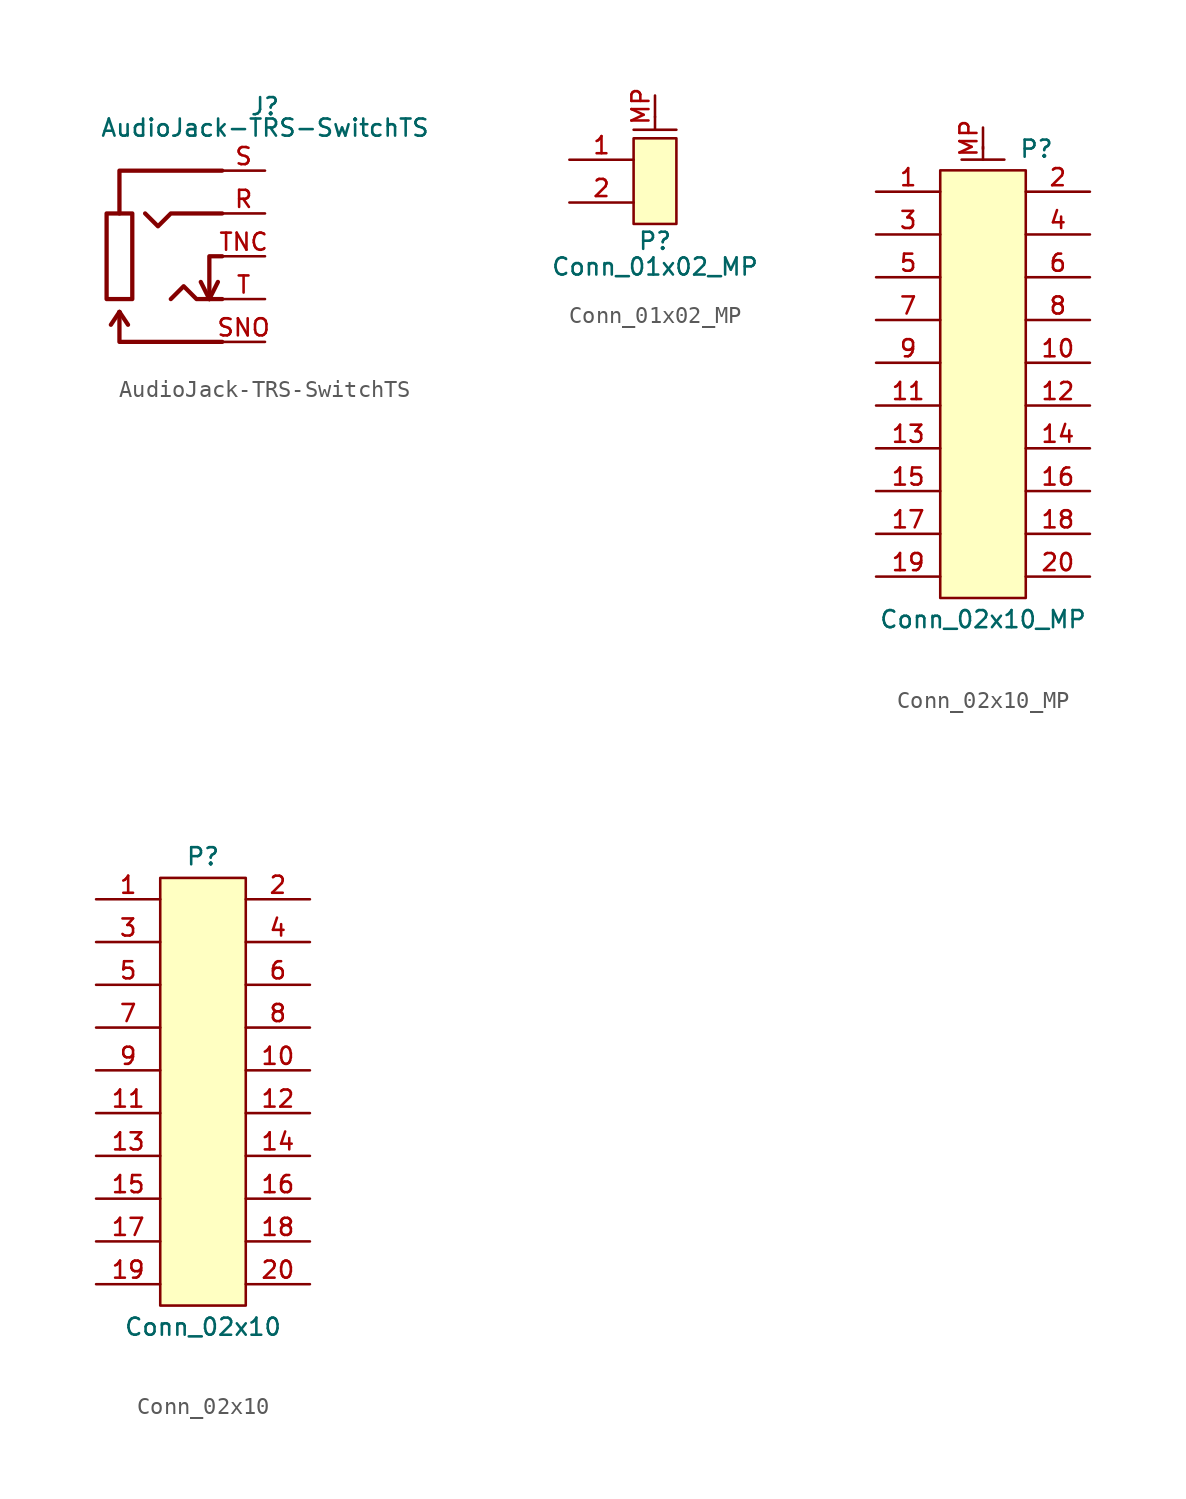
<source format=kicad_sym>
(kicad_symbol_lib
  (version 20211014)
  (generator kicad_symbol_editor)
  (symbol "AudioJack-TRS-SwitchTS"
    (property "Reference" "J"
      (at 0 3.81 0)
      (effects (font (size 1.016 1.016))))
    (property "Value" "AudioJack-TRS-SwitchTS"
      (at 0 2.54 0)
      (effects (font (size 1.016 1.016))))
    (symbol "AudioJack-TRS-SwitchTS_0_1"
      (rectangle (start -9.398 -2.54) (end -7.874 -7.62) (stroke (width 0.254) (type default) (color 0 0 0 0)) (fill (type none)))
      (polyline (pts (xy -8.636 -8.382) (xy -9.144 -9.144)) (stroke (width 0.254) (type default) (color 0 0 0 0)) (fill (type none)))
      (polyline (pts (xy -8.636 -8.382) (xy -8.128 -9.144)) (stroke (width 0.254) (type default) (color 0 0 0 0)) (fill (type none)))
      (polyline (pts (xy -3.302 -7.62) (xy -3.81 -6.604)) (stroke (width 0.254) (type default) (color 0 0 0 0)) (fill (type none)))
      (polyline (pts (xy -3.302 -7.62) (xy -2.794 -6.604)) (stroke (width 0.254) (type default) (color 0 0 0 0)) (fill (type none)))
      (polyline (pts (xy -8.636 -8.382) (xy -8.636 -10.16) (xy -2.54 -10.16)) (stroke (width 0.254) (type default) (color 0 0 0 0)) (fill (type none)))
      (polyline (pts (xy -8.636 -2.54) (xy -8.636 0) (xy -2.54 0)) (stroke (width 0.254) (type default) (color 0 0 0 0)) (fill (type none)))
      (polyline (pts (xy -2.54 -5.08) (xy -3.302 -5.08) (xy -3.302 -7.62)) (stroke (width 0.254) (type default) (color 0 0 0 0)) (fill (type none)))
      (polyline (pts (xy -7.112 -2.54) (xy -6.35 -3.302) (xy -5.588 -2.54) (xy -2.54 -2.54)) (stroke (width 0.254) (type default) (color 0 0 0 0)) (fill (type none)))
      (polyline (pts (xy -2.54 -7.62) (xy -4.064 -7.62) (xy -4.826 -6.858) (xy -5.588 -7.62)) (stroke (width 0.254) (type default) (color 0 0 0 0)) (fill (type none))))
    (symbol "AudioJack-TRS-SwitchTS_1_1"
      (pin passive line (at 0 -2.54 180) (length 2.54) (name "~" (effects (font (size 1.016 1.016)))) (number "R" (effects (font (size 1.016 1.016)))))
      (pin passive line (at 0 0 180) (length 2.54) (name "~" (effects (font (size 1.016 1.016)))) (number "S" (effects (font (size 1.016 1.016)))))
      (pin passive line (at 0 -10.16 180) (length 2.54) (name "~" (effects (font (size 1.016 1.016)))) (number "SNO" (effects (font (size 1.016 1.016)))))
      (pin passive line (at 0 -7.62 180) (length 2.54) (name "~" (effects (font (size 1.016 1.016)))) (number "T" (effects (font (size 1.016 1.016)))))
      (pin passive line (at 0 -5.08 180) (length 2.54) (name "~" (effects (font (size 1.016 1.016)))) (number "TNC" (effects (font (size 1.016 1.016)))))))
  (symbol "Conn_01x02_MP"
    (pin_names hide)
    (property "Reference" "P"
      (at 0 -3.556 0)
      (effects (font (size 1.016 1.016))))
    (property "Value" "Conn_01x02_MP"
      (at 0 -5.08 0)
      (effects (font (size 1.016 1.016))))
    (symbol "Conn_01x02_MP_0_1"
      (polyline (pts (xy -1.27 3.048) (xy 1.27 3.048)) (stroke (width 0) (type default) (color 0 0 0 0)) (fill (type none)))
      (polyline (pts (xy 0 3.048) (xy 0 3.81)) (stroke (width 0) (type default) (color 0 0 0 0)) (fill (type none))))
    (symbol "Conn_01x02_MP_1_1"
      (rectangle (start -1.27 2.54) (end 1.27 -2.54) (stroke (width 0) (type default) (color 0 0 0 0)) (fill (type background)))
      (pin passive line (at -5.08 1.27 0) (length 3.81) (name "Pin_1" (effects (font (size 1.016 1.016)))) (number "1" (effects (font (size 1.016 1.016)))))
      (pin passive line (at -5.08 -1.27 0) (length 3.81) (name "Pin_2" (effects (font (size 1.016 1.016)))) (number "2" (effects (font (size 1.016 1.016)))))
      (pin passive line (at 0 5.08 270) (length 1.27) (name "Mounting" (effects (font (size 1.016 1.016)))) (number "MP" (effects (font (size 1.016 1.016)))))))
  (symbol "Conn_02x10_MP"
    (pin_names hide)
    (property "Reference" "P"
      (at 3.175 13.97 0)
      (effects (font (size 1.016 1.016))))
    (property "Value" "Conn_02x10_MP"
      (at 0 -13.97 0)
      (effects (font (size 1.016 1.016))))
    (symbol "Conn_02x10_MP_0_1"
      (polyline (pts (xy -1.27 13.335) (xy 1.27 13.335)) (stroke (width 0) (type default) (color 0 0 0 0)) (fill (type none)))
      (polyline (pts (xy 0 13.335) (xy 0 14.097)) (stroke (width 0) (type default) (color 0 0 0 0)) (fill (type none))))
    (symbol "Conn_02x10_MP_1_1"
      (rectangle (start -2.54 12.7) (end 2.54 -12.7) (stroke (width 0) (type default) (color 0 0 0 0)) (fill (type background)))
      (pin passive line (at -6.35 11.43 0) (length 3.81) (name "Pin_1" (effects (font (size 1.016 1.016)))) (number "1" (effects (font (size 1.016 1.016)))))
      (pin passive line (at 6.35 1.27 180) (length 3.81) (name "Pin_10" (effects (font (size 1.016 1.016)))) (number "10" (effects (font (size 1.016 1.016)))))
      (pin passive line (at -6.35 -1.27 0) (length 3.81) (name "Pin_11" (effects (font (size 1.016 1.016)))) (number "11" (effects (font (size 1.016 1.016)))))
      (pin passive line (at 6.35 -1.27 180) (length 3.81) (name "Pin_12" (effects (font (size 1.016 1.016)))) (number "12" (effects (font (size 1.016 1.016)))))
      (pin passive line (at -6.35 -3.81 0) (length 3.81) (name "Pin_13" (effects (font (size 1.016 1.016)))) (number "13" (effects (font (size 1.016 1.016)))))
      (pin passive line (at 6.35 -3.81 180) (length 3.81) (name "Pin_14" (effects (font (size 1.016 1.016)))) (number "14" (effects (font (size 1.016 1.016)))))
      (pin passive line (at -6.35 -6.35 0) (length 3.81) (name "Pin_15" (effects (font (size 1.016 1.016)))) (number "15" (effects (font (size 1.016 1.016)))))
      (pin passive line (at 6.35 -6.35 180) (length 3.81) (name "Pin_16" (effects (font (size 1.016 1.016)))) (number "16" (effects (font (size 1.016 1.016)))))
      (pin passive line (at -6.35 -8.89 0) (length 3.81) (name "Pin_17" (effects (font (size 1.016 1.016)))) (number "17" (effects (font (size 1.016 1.016)))))
      (pin passive line (at 6.35 -8.89 180) (length 3.81) (name "Pin_18" (effects (font (size 1.016 1.016)))) (number "18" (effects (font (size 1.016 1.016)))))
      (pin passive line (at -6.35 -11.43 0) (length 3.81) (name "Pin_19" (effects (font (size 1.016 1.016)))) (number "19" (effects (font (size 1.016 1.016)))))
      (pin passive line (at 6.35 11.43 180) (length 3.81) (name "Pin_2" (effects (font (size 1.016 1.016)))) (number "2" (effects (font (size 1.016 1.016)))))
      (pin passive line (at 6.35 -11.43 180) (length 3.81) (name "Pin_20" (effects (font (size 1.016 1.016)))) (number "20" (effects (font (size 1.016 1.016)))))
      (pin passive line (at -6.35 8.89 0) (length 3.81) (name "Pin_3" (effects (font (size 1.016 1.016)))) (number "3" (effects (font (size 1.016 1.016)))))
      (pin passive line (at 6.35 8.89 180) (length 3.81) (name "Pin_4" (effects (font (size 1.016 1.016)))) (number "4" (effects (font (size 1.016 1.016)))))
      (pin passive line (at -6.35 6.35 0) (length 3.81) (name "Pin_5" (effects (font (size 1.016 1.016)))) (number "5" (effects (font (size 1.016 1.016)))))
      (pin passive line (at 6.35 6.35 180) (length 3.81) (name "Pin_6" (effects (font (size 1.016 1.016)))) (number "6" (effects (font (size 1.016 1.016)))))
      (pin passive line (at -6.35 3.81 0) (length 3.81) (name "Pin_7" (effects (font (size 1.016 1.016)))) (number "7" (effects (font (size 1.016 1.016)))))
      (pin passive line (at 6.35 3.81 180) (length 3.81) (name "Pin_8" (effects (font (size 1.016 1.016)))) (number "8" (effects (font (size 1.016 1.016)))))
      (pin passive line (at -6.35 1.27 0) (length 3.81) (name "Pin_9" (effects (font (size 1.016 1.016)))) (number "9" (effects (font (size 1.016 1.016)))))
      (pin passive line (at 0 15.24 270) (length 1.27) (name "Mounting" (effects (font (size 1.016 1.016)))) (number "MP" (effects (font (size 1.016 1.016)))))))
  (symbol "Conn_02x10"
    (pin_names hide)
    (property "Reference" "P"
      (at 0 13.97 0)
      (effects (font (size 1.016 1.016))))
    (property "Value" "Conn_02x10"
      (at 0 -13.97 0)
      (effects (font (size 1.016 1.016))))
    (symbol "Conn_02x10_1_1"
      (rectangle (start -2.54 12.7) (end 2.54 -12.7) (stroke (width 0) (type default) (color 0 0 0 0)) (fill (type background)))
      (pin passive line (at -6.35 11.43 0) (length 3.81) (name "Pin_1" (effects (font (size 1.016 1.016)))) (number "1" (effects (font (size 1.016 1.016)))))
      (pin passive line (at 6.35 1.27 180) (length 3.81) (name "Pin_10" (effects (font (size 1.016 1.016)))) (number "10" (effects (font (size 1.016 1.016)))))
      (pin passive line (at -6.35 -1.27 0) (length 3.81) (name "Pin_11" (effects (font (size 1.016 1.016)))) (number "11" (effects (font (size 1.016 1.016)))))
      (pin passive line (at 6.35 -1.27 180) (length 3.81) (name "Pin_12" (effects (font (size 1.016 1.016)))) (number "12" (effects (font (size 1.016 1.016)))))
      (pin passive line (at -6.35 -3.81 0) (length 3.81) (name "Pin_13" (effects (font (size 1.016 1.016)))) (number "13" (effects (font (size 1.016 1.016)))))
      (pin passive line (at 6.35 -3.81 180) (length 3.81) (name "Pin_14" (effects (font (size 1.016 1.016)))) (number "14" (effects (font (size 1.016 1.016)))))
      (pin passive line (at -6.35 -6.35 0) (length 3.81) (name "Pin_15" (effects (font (size 1.016 1.016)))) (number "15" (effects (font (size 1.016 1.016)))))
      (pin passive line (at 6.35 -6.35 180) (length 3.81) (name "Pin_16" (effects (font (size 1.016 1.016)))) (number "16" (effects (font (size 1.016 1.016)))))
      (pin passive line (at -6.35 -8.89 0) (length 3.81) (name "Pin_17" (effects (font (size 1.016 1.016)))) (number "17" (effects (font (size 1.016 1.016)))))
      (pin passive line (at 6.35 -8.89 180) (length 3.81) (name "Pin_18" (effects (font (size 1.016 1.016)))) (number "18" (effects (font (size 1.016 1.016)))))
      (pin passive line (at -6.35 -11.43 0) (length 3.81) (name "Pin_19" (effects (font (size 1.016 1.016)))) (number "19" (effects (font (size 1.016 1.016)))))
      (pin passive line (at 6.35 11.43 180) (length 3.81) (name "Pin_2" (effects (font (size 1.016 1.016)))) (number "2" (effects (font (size 1.016 1.016)))))
      (pin passive line (at 6.35 -11.43 180) (length 3.81) (name "Pin_20" (effects (font (size 1.016 1.016)))) (number "20" (effects (font (size 1.016 1.016)))))
      (pin passive line (at -6.35 8.89 0) (length 3.81) (name "Pin_3" (effects (font (size 1.016 1.016)))) (number "3" (effects (font (size 1.016 1.016)))))
      (pin passive line (at 6.35 8.89 180) (length 3.81) (name "Pin_4" (effects (font (size 1.016 1.016)))) (number "4" (effects (font (size 1.016 1.016)))))
      (pin passive line (at -6.35 6.35 0) (length 3.81) (name "Pin_5" (effects (font (size 1.016 1.016)))) (number "5" (effects (font (size 1.016 1.016)))))
      (pin passive line (at 6.35 6.35 180) (length 3.81) (name "Pin_6" (effects (font (size 1.016 1.016)))) (number "6" (effects (font (size 1.016 1.016)))))
      (pin passive line (at -6.35 3.81 0) (length 3.81) (name "Pin_7" (effects (font (size 1.016 1.016)))) (number "7" (effects (font (size 1.016 1.016)))))
      (pin passive line (at 6.35 3.81 180) (length 3.81) (name "Pin_8" (effects (font (size 1.016 1.016)))) (number "8" (effects (font (size 1.016 1.016)))))
      (pin passive line (at -6.35 1.27 0) (length 3.81) (name "Pin_9" (effects (font (size 1.016 1.016)))) (number "9" (effects (font (size 1.016 1.016))))))))
</source>
